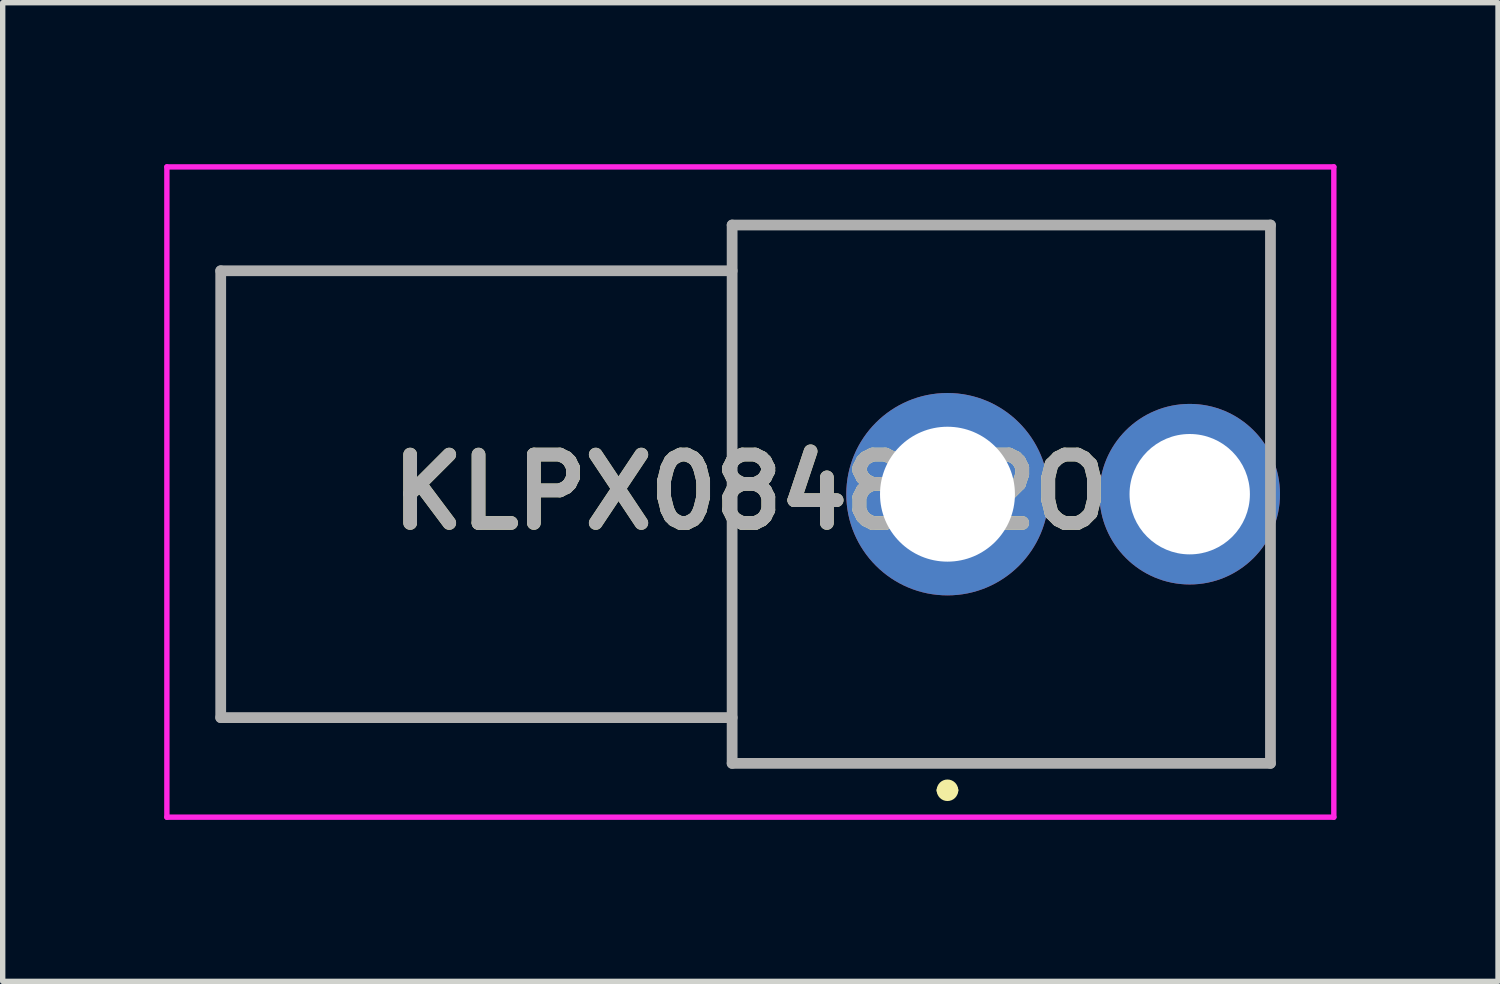
<source format=kicad_pcb>
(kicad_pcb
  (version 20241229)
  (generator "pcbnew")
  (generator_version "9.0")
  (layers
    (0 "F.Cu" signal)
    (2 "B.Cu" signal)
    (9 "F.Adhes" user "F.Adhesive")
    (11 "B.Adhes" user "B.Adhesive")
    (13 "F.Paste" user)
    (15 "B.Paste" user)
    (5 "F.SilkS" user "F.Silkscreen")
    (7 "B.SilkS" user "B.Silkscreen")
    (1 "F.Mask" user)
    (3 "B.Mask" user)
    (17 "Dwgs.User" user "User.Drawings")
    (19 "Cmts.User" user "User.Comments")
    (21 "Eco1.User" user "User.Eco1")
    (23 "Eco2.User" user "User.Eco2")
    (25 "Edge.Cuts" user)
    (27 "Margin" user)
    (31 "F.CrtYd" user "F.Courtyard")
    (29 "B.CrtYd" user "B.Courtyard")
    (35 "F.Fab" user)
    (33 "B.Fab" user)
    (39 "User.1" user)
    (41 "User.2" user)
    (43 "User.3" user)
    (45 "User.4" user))
  (footprint "KLPX0848A2O"
    (layer "F.Cu")
    (at 14.55 6.13)
    (property "Reference" "KLPX0848A2O" (at -3.661 -0.04 0) (layer "F.SilkS") (effects (font (size 1.27 1.27) (thickness 0.254))))
    (attr through_hole)
    (fp_line (start -13.5 -4.15) (end -13.5 4.15) (stroke (width 0.1) (type solid)) (layer "F.SilkS"))
    (fp_line (start -13.5 4.15) (end -4 4.15) (stroke (width 0.1) (type solid)) (layer "F.SilkS"))
    (fp_line (start -4 -5) (end -4 -4.15) (stroke (width 0.1) (type solid)) (layer "F.SilkS"))
    (fp_line (start -4 -4.15) (end -13.5 -4.15) (stroke (width 0.1) (type solid)) (layer "F.SilkS"))
    (fp_line (start -4 4.15) (end -4 5) (stroke (width 0.1) (type solid)) (layer "F.SilkS"))
    (fp_line (start -4 5) (end 6 5) (stroke (width 0.1) (type solid)) (layer "F.SilkS"))
    (fp_line (start -0.1 5.5) (end -0.1 5.5) (stroke (width 0.2) (type solid)) (layer "F.SilkS"))
    (fp_line (start 0.1 5.5) (end 0.1 5.5) (stroke (width 0.2) (type solid)) (layer "F.SilkS"))
    (fp_line (start 6 -5) (end -4 -5) (stroke (width 0.1) (type solid)) (layer "F.SilkS"))
    (fp_line (start 6 -2.54) (end 6 -5) (stroke (width 0.1) (type solid)) (layer "F.SilkS"))
    (fp_line (start 6 5) (end 6 2.54) (stroke (width 0.1) (type solid)) (layer "F.SilkS"))
    (fp_arc (start -0.1 5.5) (mid 0 5.4) (end 0.1 5.5) (stroke (width 0.2) (type solid)) (layer "F.SilkS"))
    (fp_arc (start 0.1 5.5) (mid 0 5.6) (end -0.1 5.5) (stroke (width 0.2) (type solid)) (layer "F.SilkS"))
    (fp_line (start -14.5 -6.08) (end 7.177 -6.08) (stroke (width 0.1) (type solid)) (layer "F.CrtYd"))
    (fp_line (start -14.5 6) (end -14.5 -6.08) (stroke (width 0.1) (type solid)) (layer "F.CrtYd"))
    (fp_line (start 7.177 -6.08) (end 7.177 6) (stroke (width 0.1) (type solid)) (layer "F.CrtYd"))
    (fp_line (start 7.177 6) (end -14.5 6) (stroke (width 0.1) (type solid)) (layer "F.CrtYd"))
    (fp_line (start -13.5 -4.15) (end -13.5 4.15) (stroke (width 0.2) (type solid)) (layer "F.Fab"))
    (fp_line (start -13.5 4.15) (end -4 4.15) (stroke (width 0.2) (type solid)) (layer "F.Fab"))
    (fp_line (start -4 -5) (end 6 -5) (stroke (width 0.2) (type solid)) (layer "F.Fab"))
    (fp_line (start -4 -4.15) (end -13.5 -4.15) (stroke (width 0.2) (type solid)) (layer "F.Fab"))
    (fp_line (start -4 5) (end -4 -5) (stroke (width 0.2) (type solid)) (layer "F.Fab"))
    (fp_line (start 6 -5) (end 6 5) (stroke (width 0.2) (type solid)) (layer "F.Fab"))
    (fp_line (start 6 5) (end -4 5) (stroke (width 0.2) (type solid)) (layer "F.Fab"))
    (fp_text user "${REFERENCE}" (at -3.661 -0.04 0) (layer "F.Fab") (effects (font (size 1.27 1.27) (thickness 0.254))))
    (pad "1" thru_hole circle (at 0 0) (size 3.759 3.759) (drill 2.506) (layers "*.Cu" "*.Mask"))
    (pad "2" thru_hole circle (at 4.5 0) (size 3.354 3.354) (drill 2.236) (layers "*.Cu" "*.Mask")))
  (gr_rect
    (start -3 -3)
    (end 24.777 15.18)
    (stroke (width 0.1) (type default))
    (fill no)
    (layer "Edge.Cuts")))
</source>
